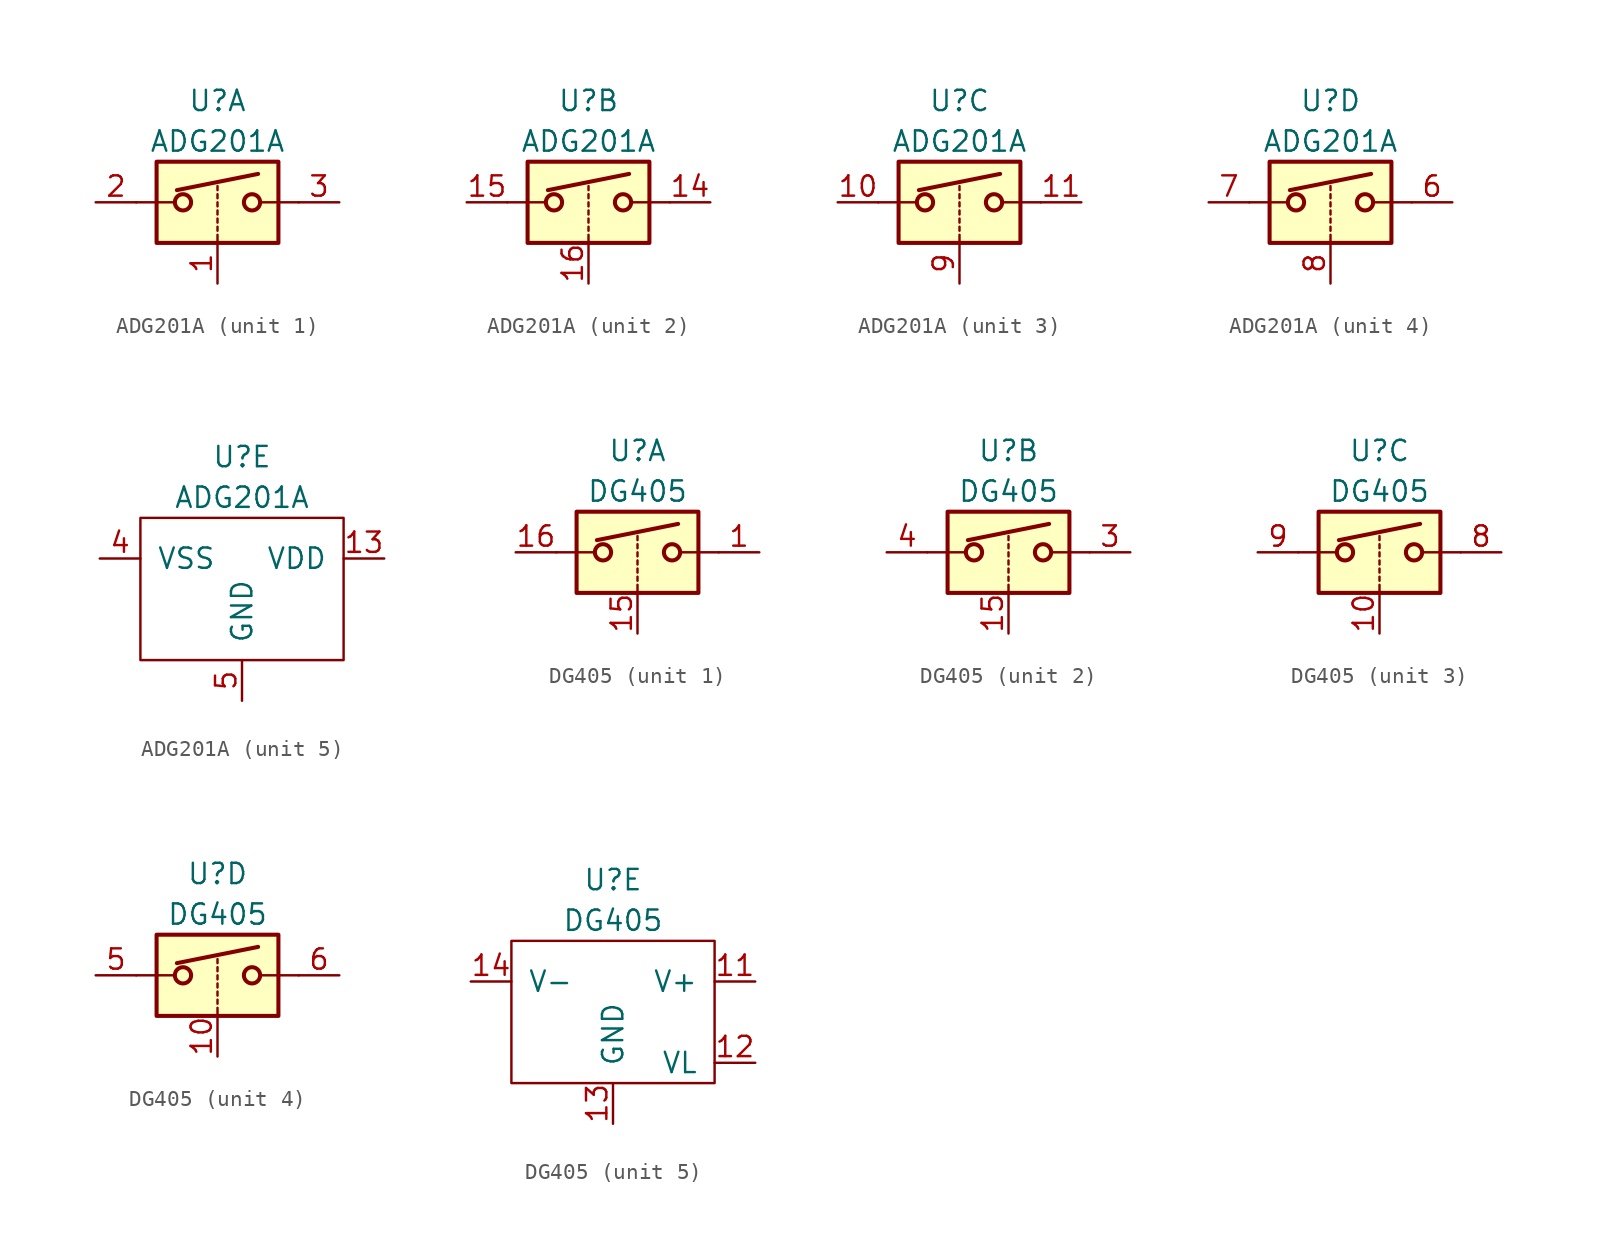
<source format=kicad_sym>
(kicad_symbol_lib
  (version 20211014)
  (generator kicad_symbol_editor)
  (symbol "ADG201A"
    (pin_names
      (offset 1.016))
    (property "Reference" "U"
      (at 0 6.35 0)
      (effects (font (size 1.27 1.27))))
    (property "Value" "ADG201A"
      (at 0 3.81 0)
      (effects (font (size 1.27 1.27))))
    (property "ki_locked" ""
      (at 0 0 0)
      (effects (font (size 1.27 1.27))))
    (symbol "ADG201A_1_1"
      (rectangle (start -3.81 2.54) (end 3.81 -2.54) (stroke (width 0.254) (type default) (color 0 0 0 0)) (fill (type background)))
      (circle (center -2.159 0) (radius 0.508) (stroke (width 0.254) (type default) (color 0 0 0 0)) (fill (type none)))
      (polyline (pts (xy -5.08 0) (xy -2.794 0)) (stroke (width 0) (type default) (color 0 0 0 0)) (fill (type none)))
      (polyline (pts (xy -2.54 0.762) (xy 2.54 1.778)) (stroke (width 0.254) (type default) (color 0 0 0 0)) (fill (type none)))
      (polyline (pts (xy 0 -2.54) (xy 0 -2.032)) (stroke (width 0) (type default) (color 0 0 0 0)) (fill (type none)))
      (polyline (pts (xy 0 -1.778) (xy 0 -1.524)) (stroke (width 0) (type default) (color 0 0 0 0)) (fill (type none)))
      (polyline (pts (xy 0 -1.27) (xy 0 -1.016)) (stroke (width 0) (type default) (color 0 0 0 0)) (fill (type none)))
      (polyline (pts (xy 0 -0.762) (xy 0 -0.508)) (stroke (width 0) (type default) (color 0 0 0 0)) (fill (type none)))
      (polyline (pts (xy 0 -0.254) (xy 0 0)) (stroke (width 0) (type default) (color 0 0 0 0)) (fill (type none)))
      (polyline (pts (xy 0 0.254) (xy 0 0.508)) (stroke (width 0) (type default) (color 0 0 0 0)) (fill (type none)))
      (polyline (pts (xy 0 0.762) (xy 0 1.016)) (stroke (width 0) (type default) (color 0 0 0 0)) (fill (type none)))
      (polyline (pts (xy 5.08 0) (xy 2.794 0)) (stroke (width 0) (type default) (color 0 0 0 0)) (fill (type none)))
      (circle (center 2.159 0) (radius 0.508) (stroke (width 0.254) (type default) (color 0 0 0 0)) (fill (type none)))
      (pin input line (at 0 -5.08 90) (length 2.54) (name "~" (effects (font (size 1.27 1.27)))) (number "1" (effects (font (size 1.27 1.27)))))
      (pin passive line (at -7.62 0 0) (length 2.54) (name "~" (effects (font (size 1.27 1.27)))) (number "2" (effects (font (size 1.27 1.27)))))
      (pin passive line (at 7.62 0 180) (length 2.54) (name "~" (effects (font (size 1.27 1.27)))) (number "3" (effects (font (size 1.27 1.27))))))
    (symbol "ADG201A_2_1"
      (rectangle (start -3.81 2.54) (end 3.81 -2.54) (stroke (width 0.254) (type default) (color 0 0 0 0)) (fill (type background)))
      (circle (center -2.159 0) (radius 0.508) (stroke (width 0.254) (type default) (color 0 0 0 0)) (fill (type none)))
      (polyline (pts (xy -5.08 0) (xy -2.794 0)) (stroke (width 0) (type default) (color 0 0 0 0)) (fill (type none)))
      (polyline (pts (xy -2.54 0.762) (xy 2.54 1.778)) (stroke (width 0.254) (type default) (color 0 0 0 0)) (fill (type none)))
      (polyline (pts (xy 0 -2.54) (xy 0 -2.032)) (stroke (width 0) (type default) (color 0 0 0 0)) (fill (type none)))
      (polyline (pts (xy 0 -1.778) (xy 0 -1.524)) (stroke (width 0) (type default) (color 0 0 0 0)) (fill (type none)))
      (polyline (pts (xy 0 -1.27) (xy 0 -1.016)) (stroke (width 0) (type default) (color 0 0 0 0)) (fill (type none)))
      (polyline (pts (xy 0 -0.762) (xy 0 -0.508)) (stroke (width 0) (type default) (color 0 0 0 0)) (fill (type none)))
      (polyline (pts (xy 0 -0.254) (xy 0 0)) (stroke (width 0) (type default) (color 0 0 0 0)) (fill (type none)))
      (polyline (pts (xy 0 0.254) (xy 0 0.508)) (stroke (width 0) (type default) (color 0 0 0 0)) (fill (type none)))
      (polyline (pts (xy 0 0.762) (xy 0 1.016)) (stroke (width 0) (type default) (color 0 0 0 0)) (fill (type none)))
      (polyline (pts (xy 5.08 0) (xy 2.794 0)) (stroke (width 0) (type default) (color 0 0 0 0)) (fill (type none)))
      (circle (center 2.159 0) (radius 0.508) (stroke (width 0.254) (type default) (color 0 0 0 0)) (fill (type none)))
      (pin passive line (at 7.62 0 180) (length 2.54) (name "~" (effects (font (size 1.27 1.27)))) (number "14" (effects (font (size 1.27 1.27)))))
      (pin passive line (at -7.62 0 0) (length 2.54) (name "~" (effects (font (size 1.27 1.27)))) (number "15" (effects (font (size 1.27 1.27)))))
      (pin input line (at 0 -5.08 90) (length 2.54) (name "~" (effects (font (size 1.27 1.27)))) (number "16" (effects (font (size 1.27 1.27))))))
    (symbol "ADG201A_3_1"
      (rectangle (start -3.81 2.54) (end 3.81 -2.54) (stroke (width 0.254) (type default) (color 0 0 0 0)) (fill (type background)))
      (circle (center -2.159 0) (radius 0.508) (stroke (width 0.254) (type default) (color 0 0 0 0)) (fill (type none)))
      (polyline (pts (xy -5.08 0) (xy -2.794 0)) (stroke (width 0) (type default) (color 0 0 0 0)) (fill (type none)))
      (polyline (pts (xy -2.54 0.762) (xy 2.54 1.778)) (stroke (width 0.254) (type default) (color 0 0 0 0)) (fill (type none)))
      (polyline (pts (xy 0 -2.54) (xy 0 -2.032)) (stroke (width 0) (type default) (color 0 0 0 0)) (fill (type none)))
      (polyline (pts (xy 0 -1.778) (xy 0 -1.524)) (stroke (width 0) (type default) (color 0 0 0 0)) (fill (type none)))
      (polyline (pts (xy 0 -1.27) (xy 0 -1.016)) (stroke (width 0) (type default) (color 0 0 0 0)) (fill (type none)))
      (polyline (pts (xy 0 -0.762) (xy 0 -0.508)) (stroke (width 0) (type default) (color 0 0 0 0)) (fill (type none)))
      (polyline (pts (xy 0 -0.254) (xy 0 0)) (stroke (width 0) (type default) (color 0 0 0 0)) (fill (type none)))
      (polyline (pts (xy 0 0.254) (xy 0 0.508)) (stroke (width 0) (type default) (color 0 0 0 0)) (fill (type none)))
      (polyline (pts (xy 0 0.762) (xy 0 1.016)) (stroke (width 0) (type default) (color 0 0 0 0)) (fill (type none)))
      (polyline (pts (xy 5.08 0) (xy 2.794 0)) (stroke (width 0) (type default) (color 0 0 0 0)) (fill (type none)))
      (circle (center 2.159 0) (radius 0.508) (stroke (width 0.254) (type default) (color 0 0 0 0)) (fill (type none)))
      (pin passive line (at -7.62 0 0) (length 2.54) (name "~" (effects (font (size 1.27 1.27)))) (number "10" (effects (font (size 1.27 1.27)))))
      (pin passive line (at 7.62 0 180) (length 2.54) (name "~" (effects (font (size 1.27 1.27)))) (number "11" (effects (font (size 1.27 1.27)))))
      (pin input line (at 0 -5.08 90) (length 2.54) (name "~" (effects (font (size 1.27 1.27)))) (number "9" (effects (font (size 1.27 1.27))))))
    (symbol "ADG201A_4_1"
      (rectangle (start -3.81 2.54) (end 3.81 -2.54) (stroke (width 0.254) (type default) (color 0 0 0 0)) (fill (type background)))
      (circle (center -2.159 0) (radius 0.508) (stroke (width 0.254) (type default) (color 0 0 0 0)) (fill (type none)))
      (polyline (pts (xy -5.08 0) (xy -2.794 0)) (stroke (width 0) (type default) (color 0 0 0 0)) (fill (type none)))
      (polyline (pts (xy -2.54 0.762) (xy 2.54 1.778)) (stroke (width 0.254) (type default) (color 0 0 0 0)) (fill (type none)))
      (polyline (pts (xy 0 -2.54) (xy 0 -2.032)) (stroke (width 0) (type default) (color 0 0 0 0)) (fill (type none)))
      (polyline (pts (xy 0 -1.778) (xy 0 -1.524)) (stroke (width 0) (type default) (color 0 0 0 0)) (fill (type none)))
      (polyline (pts (xy 0 -1.27) (xy 0 -1.016)) (stroke (width 0) (type default) (color 0 0 0 0)) (fill (type none)))
      (polyline (pts (xy 0 -0.762) (xy 0 -0.508)) (stroke (width 0) (type default) (color 0 0 0 0)) (fill (type none)))
      (polyline (pts (xy 0 -0.254) (xy 0 0)) (stroke (width 0) (type default) (color 0 0 0 0)) (fill (type none)))
      (polyline (pts (xy 0 0.254) (xy 0 0.508)) (stroke (width 0) (type default) (color 0 0 0 0)) (fill (type none)))
      (polyline (pts (xy 0 0.762) (xy 0 1.016)) (stroke (width 0) (type default) (color 0 0 0 0)) (fill (type none)))
      (polyline (pts (xy 5.08 0) (xy 2.794 0)) (stroke (width 0) (type default) (color 0 0 0 0)) (fill (type none)))
      (circle (center 2.159 0) (radius 0.508) (stroke (width 0.254) (type default) (color 0 0 0 0)) (fill (type none)))
      (pin passive line (at 7.62 0 180) (length 2.54) (name "~" (effects (font (size 1.27 1.27)))) (number "6" (effects (font (size 1.27 1.27)))))
      (pin passive line (at -7.62 0 0) (length 2.54) (name "~" (effects (font (size 1.27 1.27)))) (number "7" (effects (font (size 1.27 1.27)))))
      (pin input line (at 0 -5.08 90) (length 2.54) (name "~" (effects (font (size 1.27 1.27)))) (number "8" (effects (font (size 1.27 1.27))))))
    (symbol "ADG201A_5_1"
      (rectangle (start -6.35 2.54) (end 6.35 -6.35) (stroke (width 0) (type default) (color 0 0 0 0)) (fill (type none)))
      (pin power_in line (at 2.54 -8.89 90) (length 2.54) hide (name "NC" (effects (font (size 1.27 1.27)))) (number "12" (effects (font (size 1.27 1.27)))))
      (pin power_in line (at 8.89 0 180) (length 2.54) (name "VDD" (effects (font (size 1.27 1.27)))) (number "13" (effects (font (size 1.27 1.27)))))
      (pin power_in line (at -8.89 0 0) (length 2.54) (name "VSS" (effects (font (size 1.27 1.27)))) (number "4" (effects (font (size 1.27 1.27)))))
      (pin power_in line (at 0 -8.89 90) (length 2.54) (name "GND" (effects (font (size 1.27 1.27)))) (number "5" (effects (font (size 1.27 1.27)))))))
  (symbol "DG405"
    (pin_names
      (offset 1.016))
    (property "Reference" "U"
      (at 0 6.35 0)
      (effects (font (size 1.27 1.27))))
    (property "Value" "DG405"
      (at 0 3.81 0)
      (effects (font (size 1.27 1.27))))
    (property "ki_locked" ""
      (at 0 0 0)
      (effects (font (size 1.27 1.27))))
    (symbol "DG405_1_1"
      (rectangle (start -3.81 2.54) (end 3.81 -2.54) (stroke (width 0.254) (type default) (color 0 0 0 0)) (fill (type background)))
      (circle (center -2.159 0) (radius 0.508) (stroke (width 0.254) (type default) (color 0 0 0 0)) (fill (type none)))
      (polyline (pts (xy -5.08 0) (xy -2.794 0)) (stroke (width 0) (type default) (color 0 0 0 0)) (fill (type none)))
      (polyline (pts (xy -2.54 0.762) (xy 2.54 1.778)) (stroke (width 0.254) (type default) (color 0 0 0 0)) (fill (type none)))
      (polyline (pts (xy 0 -2.54) (xy 0 -2.032)) (stroke (width 0) (type default) (color 0 0 0 0)) (fill (type none)))
      (polyline (pts (xy 0 -1.778) (xy 0 -1.524)) (stroke (width 0) (type default) (color 0 0 0 0)) (fill (type none)))
      (polyline (pts (xy 0 -1.27) (xy 0 -1.016)) (stroke (width 0) (type default) (color 0 0 0 0)) (fill (type none)))
      (polyline (pts (xy 0 -0.762) (xy 0 -0.508)) (stroke (width 0) (type default) (color 0 0 0 0)) (fill (type none)))
      (polyline (pts (xy 0 -0.254) (xy 0 0)) (stroke (width 0) (type default) (color 0 0 0 0)) (fill (type none)))
      (polyline (pts (xy 0 0.254) (xy 0 0.508)) (stroke (width 0) (type default) (color 0 0 0 0)) (fill (type none)))
      (polyline (pts (xy 0 0.762) (xy 0 1.016)) (stroke (width 0) (type default) (color 0 0 0 0)) (fill (type none)))
      (polyline (pts (xy 5.08 0) (xy 2.794 0)) (stroke (width 0) (type default) (color 0 0 0 0)) (fill (type none)))
      (circle (center 2.159 0) (radius 0.508) (stroke (width 0.254) (type default) (color 0 0 0 0)) (fill (type none)))
      (pin passive line (at 7.62 0 180) (length 2.54) (name "~" (effects (font (size 1.27 1.27)))) (number "1" (effects (font (size 1.27 1.27)))))
      (pin input line (at 0 -5.08 90) (length 2.54) (name "~" (effects (font (size 1.27 1.27)))) (number "15" (effects (font (size 1.27 1.27)))))
      (pin passive line (at -7.62 0 0) (length 2.54) (name "~" (effects (font (size 1.27 1.27)))) (number "16" (effects (font (size 1.27 1.27))))))
    (symbol "DG405_2_1"
      (rectangle (start -3.81 2.54) (end 3.81 -2.54) (stroke (width 0.254) (type default) (color 0 0 0 0)) (fill (type background)))
      (circle (center -2.159 0) (radius 0.508) (stroke (width 0.254) (type default) (color 0 0 0 0)) (fill (type none)))
      (polyline (pts (xy -5.08 0) (xy -2.794 0)) (stroke (width 0) (type default) (color 0 0 0 0)) (fill (type none)))
      (polyline (pts (xy -2.54 0.762) (xy 2.54 1.778)) (stroke (width 0.254) (type default) (color 0 0 0 0)) (fill (type none)))
      (polyline (pts (xy 0 -2.54) (xy 0 -2.032)) (stroke (width 0) (type default) (color 0 0 0 0)) (fill (type none)))
      (polyline (pts (xy 0 -1.778) (xy 0 -1.524)) (stroke (width 0) (type default) (color 0 0 0 0)) (fill (type none)))
      (polyline (pts (xy 0 -1.27) (xy 0 -1.016)) (stroke (width 0) (type default) (color 0 0 0 0)) (fill (type none)))
      (polyline (pts (xy 0 -0.762) (xy 0 -0.508)) (stroke (width 0) (type default) (color 0 0 0 0)) (fill (type none)))
      (polyline (pts (xy 0 -0.254) (xy 0 0)) (stroke (width 0) (type default) (color 0 0 0 0)) (fill (type none)))
      (polyline (pts (xy 0 0.254) (xy 0 0.508)) (stroke (width 0) (type default) (color 0 0 0 0)) (fill (type none)))
      (polyline (pts (xy 0 0.762) (xy 0 1.016)) (stroke (width 0) (type default) (color 0 0 0 0)) (fill (type none)))
      (polyline (pts (xy 5.08 0) (xy 2.794 0)) (stroke (width 0) (type default) (color 0 0 0 0)) (fill (type none)))
      (circle (center 2.159 0) (radius 0.508) (stroke (width 0.254) (type default) (color 0 0 0 0)) (fill (type none)))
      (pin input line (at 0 -5.08 90) (length 2.54) (name "~" (effects (font (size 1.27 1.27)))) (number "15" (effects (font (size 1.27 1.27)))))
      (pin passive line (at 7.62 0 180) (length 2.54) (name "~" (effects (font (size 1.27 1.27)))) (number "3" (effects (font (size 1.27 1.27)))))
      (pin passive line (at -7.62 0 0) (length 2.54) (name "~" (effects (font (size 1.27 1.27)))) (number "4" (effects (font (size 1.27 1.27))))))
    (symbol "DG405_3_1"
      (rectangle (start -3.81 2.54) (end 3.81 -2.54) (stroke (width 0.254) (type default) (color 0 0 0 0)) (fill (type background)))
      (circle (center -2.159 0) (radius 0.508) (stroke (width 0.254) (type default) (color 0 0 0 0)) (fill (type none)))
      (polyline (pts (xy -5.08 0) (xy -2.794 0)) (stroke (width 0) (type default) (color 0 0 0 0)) (fill (type none)))
      (polyline (pts (xy -2.54 0.762) (xy 2.54 1.778)) (stroke (width 0.254) (type default) (color 0 0 0 0)) (fill (type none)))
      (polyline (pts (xy 0 -2.54) (xy 0 -2.032)) (stroke (width 0) (type default) (color 0 0 0 0)) (fill (type none)))
      (polyline (pts (xy 0 -1.778) (xy 0 -1.524)) (stroke (width 0) (type default) (color 0 0 0 0)) (fill (type none)))
      (polyline (pts (xy 0 -1.27) (xy 0 -1.016)) (stroke (width 0) (type default) (color 0 0 0 0)) (fill (type none)))
      (polyline (pts (xy 0 -0.762) (xy 0 -0.508)) (stroke (width 0) (type default) (color 0 0 0 0)) (fill (type none)))
      (polyline (pts (xy 0 -0.254) (xy 0 0)) (stroke (width 0) (type default) (color 0 0 0 0)) (fill (type none)))
      (polyline (pts (xy 0 0.254) (xy 0 0.508)) (stroke (width 0) (type default) (color 0 0 0 0)) (fill (type none)))
      (polyline (pts (xy 0 0.762) (xy 0 1.016)) (stroke (width 0) (type default) (color 0 0 0 0)) (fill (type none)))
      (polyline (pts (xy 5.08 0) (xy 2.794 0)) (stroke (width 0) (type default) (color 0 0 0 0)) (fill (type none)))
      (circle (center 2.159 0) (radius 0.508) (stroke (width 0.254) (type default) (color 0 0 0 0)) (fill (type none)))
      (pin input line (at 0 -5.08 90) (length 2.54) (name "~" (effects (font (size 1.27 1.27)))) (number "10" (effects (font (size 1.27 1.27)))))
      (pin passive line (at 7.62 0 180) (length 2.54) (name "~" (effects (font (size 1.27 1.27)))) (number "8" (effects (font (size 1.27 1.27)))))
      (pin passive line (at -7.62 0 0) (length 2.54) (name "~" (effects (font (size 1.27 1.27)))) (number "9" (effects (font (size 1.27 1.27))))))
    (symbol "DG405_4_1"
      (rectangle (start -3.81 2.54) (end 3.81 -2.54) (stroke (width 0.254) (type default) (color 0 0 0 0)) (fill (type background)))
      (circle (center -2.159 0) (radius 0.508) (stroke (width 0.254) (type default) (color 0 0 0 0)) (fill (type none)))
      (polyline (pts (xy -5.08 0) (xy -2.794 0)) (stroke (width 0) (type default) (color 0 0 0 0)) (fill (type none)))
      (polyline (pts (xy -2.54 0.762) (xy 2.54 1.778)) (stroke (width 0.254) (type default) (color 0 0 0 0)) (fill (type none)))
      (polyline (pts (xy 0 -2.54) (xy 0 -2.032)) (stroke (width 0) (type default) (color 0 0 0 0)) (fill (type none)))
      (polyline (pts (xy 0 -1.778) (xy 0 -1.524)) (stroke (width 0) (type default) (color 0 0 0 0)) (fill (type none)))
      (polyline (pts (xy 0 -1.27) (xy 0 -1.016)) (stroke (width 0) (type default) (color 0 0 0 0)) (fill (type none)))
      (polyline (pts (xy 0 -0.762) (xy 0 -0.508)) (stroke (width 0) (type default) (color 0 0 0 0)) (fill (type none)))
      (polyline (pts (xy 0 -0.254) (xy 0 0)) (stroke (width 0) (type default) (color 0 0 0 0)) (fill (type none)))
      (polyline (pts (xy 0 0.254) (xy 0 0.508)) (stroke (width 0) (type default) (color 0 0 0 0)) (fill (type none)))
      (polyline (pts (xy 0 0.762) (xy 0 1.016)) (stroke (width 0) (type default) (color 0 0 0 0)) (fill (type none)))
      (polyline (pts (xy 5.08 0) (xy 2.794 0)) (stroke (width 0) (type default) (color 0 0 0 0)) (fill (type none)))
      (circle (center 2.159 0) (radius 0.508) (stroke (width 0.254) (type default) (color 0 0 0 0)) (fill (type none)))
      (pin input line (at 0 -5.08 90) (length 2.54) (name "~" (effects (font (size 1.27 1.27)))) (number "10" (effects (font (size 1.27 1.27)))))
      (pin passive line (at -7.62 0 0) (length 2.54) (name "~" (effects (font (size 1.27 1.27)))) (number "5" (effects (font (size 1.27 1.27)))))
      (pin passive line (at 7.62 0 180) (length 2.54) (name "~" (effects (font (size 1.27 1.27)))) (number "6" (effects (font (size 1.27 1.27))))))
    (symbol "DG405_5_1"
      (rectangle (start -6.35 2.54) (end 6.35 -6.35) (stroke (width 0) (type default) (color 0 0 0 0)) (fill (type none)))
      (pin power_in line (at 8.89 0 180) (length 2.54) (name "V+" (effects (font (size 1.27 1.27)))) (number "11" (effects (font (size 1.27 1.27)))))
      (pin input line (at 8.89 -5.08 180) (length 2.54) (name "VL" (effects (font (size 1.27 1.27)))) (number "12" (effects (font (size 1.27 1.27)))))
      (pin power_in line (at 0 -8.89 90) (length 2.54) (name "GND" (effects (font (size 1.27 1.27)))) (number "13" (effects (font (size 1.27 1.27)))))
      (pin power_in line (at -8.89 0 0) (length 2.54) (name "V-" (effects (font (size 1.27 1.27)))) (number "14" (effects (font (size 1.27 1.27)))))
      (pin passive line (at 8.89 -2.54 180) (length 2.54) hide (name "NC" (effects (font (size 1.27 1.27)))) (number "2" (effects (font (size 1.27 1.27)))))
      (pin passive line (at 8.89 -2.54 180) (length 2.54) hide (name "NC" (effects (font (size 1.27 1.27)))) (number "7" (effects (font (size 1.27 1.27))))))))
</source>
